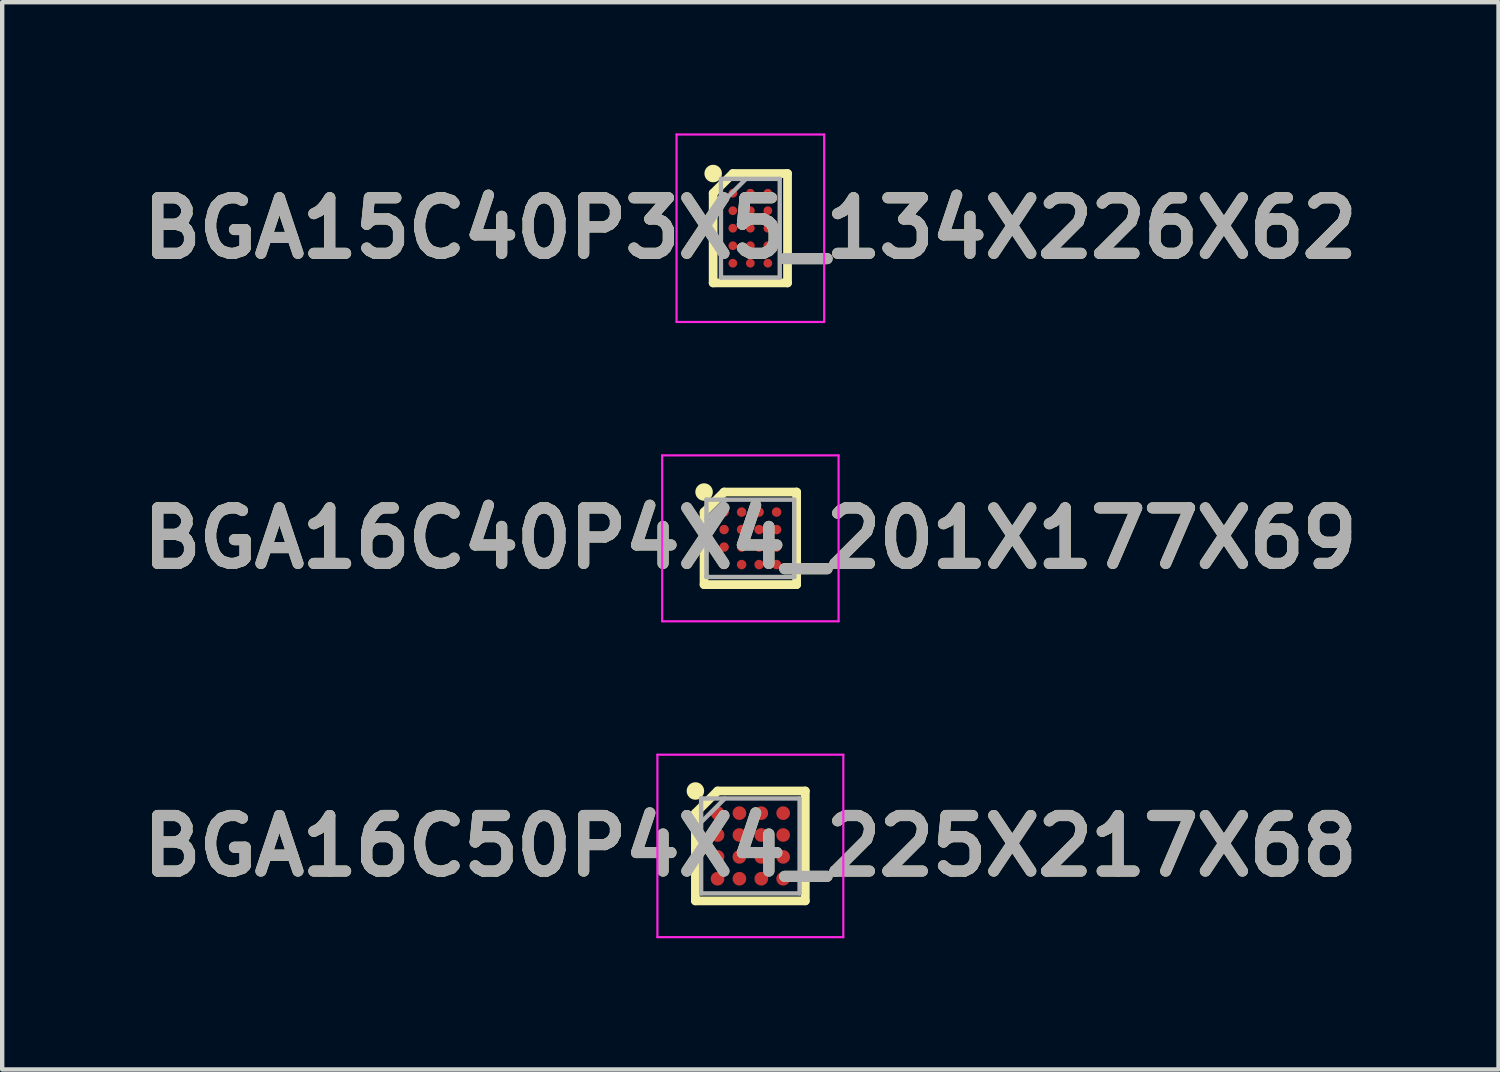
<source format=kicad_pcb>
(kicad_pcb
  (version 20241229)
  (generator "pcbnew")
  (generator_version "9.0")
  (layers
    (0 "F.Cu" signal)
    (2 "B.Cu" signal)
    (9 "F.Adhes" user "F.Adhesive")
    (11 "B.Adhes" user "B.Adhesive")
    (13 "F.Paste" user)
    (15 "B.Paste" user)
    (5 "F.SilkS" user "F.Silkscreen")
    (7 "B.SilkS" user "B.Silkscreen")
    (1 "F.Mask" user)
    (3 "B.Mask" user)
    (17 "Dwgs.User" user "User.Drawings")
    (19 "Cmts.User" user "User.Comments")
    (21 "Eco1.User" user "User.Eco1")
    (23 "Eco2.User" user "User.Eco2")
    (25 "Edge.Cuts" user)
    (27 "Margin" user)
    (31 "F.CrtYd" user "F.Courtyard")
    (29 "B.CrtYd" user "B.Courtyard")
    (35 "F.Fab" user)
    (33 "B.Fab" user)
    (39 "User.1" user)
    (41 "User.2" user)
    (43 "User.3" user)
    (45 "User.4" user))
  (footprint "BGA16C40P4X4_201X177X69"
    (layer "F.Cu")
    (at 14.103 9.256)
    (property "Reference" "BGA16C40P4X4_201X177X69" (at 0 0 0) (layer "F.SilkS") (effects (font (size 1.27 1.27) (thickness 0.254))))
    (attr smd)
    (fp_line (start -1.058 -0.6) (end -0.6 -1.058) (stroke (width 0.2) (type solid)) (layer "F.SilkS"))
    (fp_line (start -1.058 1.058) (end -1.058 -0.6) (stroke (width 0.2) (type solid)) (layer "F.SilkS"))
    (fp_line (start -0.6 -1.058) (end 1.058 -1.058) (stroke (width 0.2) (type solid)) (layer "F.SilkS"))
    (fp_line (start 1.058 -1.058) (end 1.058 1.058) (stroke (width 0.2) (type solid)) (layer "F.SilkS"))
    (fp_line (start 1.058 1.058) (end -1.058 1.058) (stroke (width 0.2) (type solid)) (layer "F.SilkS"))
    (fp_circle (center -1.058 -1.058) (end -1.058 -0.958) (stroke (width 0.2) (type solid)) (fill no) (layer "F.SilkS"))
    (fp_line (start -2.016 -1.896) (end 2.017 -1.896) (stroke (width 0.05) (type solid)) (layer "F.CrtYd"))
    (fp_line (start -2.016 1.897) (end -2.016 -1.896) (stroke (width 0.05) (type solid)) (layer "F.CrtYd"))
    (fp_line (start 2.017 -1.896) (end 2.017 1.897) (stroke (width 0.05) (type solid)) (layer "F.CrtYd"))
    (fp_line (start 2.017 1.897) (end -2.016 1.897) (stroke (width 0.05) (type solid)) (layer "F.CrtYd"))
    (fp_line (start -1.004 -0.884) (end 1.004 -0.884) (stroke (width 0.1) (type solid)) (layer "F.Fab"))
    (fp_line (start -1.004 -0.436) (end -0.556 -0.884) (stroke (width 0.1) (type solid)) (layer "F.Fab"))
    (fp_line (start -1.004 0.884) (end -1.004 -0.884) (stroke (width 0.1) (type solid)) (layer "F.Fab"))
    (fp_line (start 1.004 -0.884) (end 1.004 0.884) (stroke (width 0.1) (type solid)) (layer "F.Fab"))
    (fp_line (start 1.004 0.884) (end -1.004 0.884) (stroke (width 0.1) (type solid)) (layer "F.Fab"))
    (fp_text user "${REFERENCE}" (at 0 0 0) (layer "F.Fab") (effects (font (size 1.27 1.27) (thickness 0.254))))
    (pad "A1" smd circle (at -0.6 -0.6 90) (size 0.216 0.216) (layers "F.Cu" "F.Mask" "F.Paste"))
    (pad "A2" smd circle (at -0.2 -0.6 90) (size 0.216 0.216) (layers "F.Cu" "F.Mask" "F.Paste"))
    (pad "A3" smd circle (at 0.2 -0.6 90) (size 0.216 0.216) (layers "F.Cu" "F.Mask" "F.Paste"))
    (pad "A4" smd circle (at 0.6 -0.6 90) (size 0.216 0.216) (layers "F.Cu" "F.Mask" "F.Paste"))
    (pad "B1" smd circle (at -0.6 -0.2 90) (size 0.216 0.216) (layers "F.Cu" "F.Mask" "F.Paste"))
    (pad "B2" smd circle (at -0.2 -0.2 90) (size 0.216 0.216) (layers "F.Cu" "F.Mask" "F.Paste"))
    (pad "B3" smd circle (at 0.2 -0.2 90) (size 0.216 0.216) (layers "F.Cu" "F.Mask" "F.Paste"))
    (pad "B4" smd circle (at 0.6 -0.2 90) (size 0.216 0.216) (layers "F.Cu" "F.Mask" "F.Paste"))
    (pad "C1" smd circle (at -0.6 0.2 90) (size 0.216 0.216) (layers "F.Cu" "F.Mask" "F.Paste"))
    (pad "C2" smd circle (at -0.2 0.2 90) (size 0.216 0.216) (layers "F.Cu" "F.Mask" "F.Paste"))
    (pad "C3" smd circle (at 0.2 0.2 90) (size 0.216 0.216) (layers "F.Cu" "F.Mask" "F.Paste"))
    (pad "C4" smd circle (at 0.6 0.2 90) (size 0.216 0.216) (layers "F.Cu" "F.Mask" "F.Paste"))
    (pad "D1" smd circle (at -0.6 0.6 90) (size 0.216 0.216) (layers "F.Cu" "F.Mask" "F.Paste"))
    (pad "D2" smd circle (at -0.2 0.6 90) (size 0.216 0.216) (layers "F.Cu" "F.Mask" "F.Paste"))
    (pad "D3" smd circle (at 0.2 0.6 90) (size 0.216 0.216) (layers "F.Cu" "F.Mask" "F.Paste"))
    (pad "D4" smd circle (at 0.6 0.6 90) (size 0.216 0.216) (layers "F.Cu" "F.Mask" "F.Paste")))
  (footprint "BGA16C50P4X4_225X217X68"
    (layer "F.Cu")
    (at 14.103 16.288)
    (property "Reference" "BGA16C50P4X4_225X217X68" (at 0 0 0) (layer "F.SilkS") (effects (font (size 1.27 1.27) (thickness 0.254))))
    (attr smd)
    (fp_line (start -1.256 -0.75) (end -0.75 -1.256) (stroke (width 0.2) (type solid)) (layer "F.SilkS"))
    (fp_line (start -1.256 1.256) (end -1.256 -0.75) (stroke (width 0.2) (type solid)) (layer "F.SilkS"))
    (fp_line (start -0.75 -1.256) (end 1.256 -1.256) (stroke (width 0.2) (type solid)) (layer "F.SilkS"))
    (fp_line (start 1.256 -1.256) (end 1.256 1.256) (stroke (width 0.2) (type solid)) (layer "F.SilkS"))
    (fp_line (start 1.256 1.256) (end -1.256 1.256) (stroke (width 0.2) (type solid)) (layer "F.SilkS"))
    (fp_circle (center -1.256 -1.256) (end -1.256 -1.156) (stroke (width 0.2) (type solid)) (fill no) (layer "F.SilkS"))
    (fp_line (start -2.125 -2.085) (end 2.125 -2.085) (stroke (width 0.05) (type solid)) (layer "F.CrtYd"))
    (fp_line (start -2.125 2.085) (end -2.125 -2.085) (stroke (width 0.05) (type solid)) (layer "F.CrtYd"))
    (fp_line (start 2.125 -2.085) (end 2.125 2.085) (stroke (width 0.05) (type solid)) (layer "F.CrtYd"))
    (fp_line (start 2.125 2.085) (end -2.125 2.085) (stroke (width 0.05) (type solid)) (layer "F.CrtYd"))
    (fp_line (start -1.125 -1.085) (end 1.125 -1.085) (stroke (width 0.1) (type solid)) (layer "F.Fab"))
    (fp_line (start -1.125 -0.542) (end -0.583 -1.084) (stroke (width 0.1) (type solid)) (layer "F.Fab"))
    (fp_line (start -1.125 1.085) (end -1.125 -1.085) (stroke (width 0.1) (type solid)) (layer "F.Fab"))
    (fp_line (start 1.125 -1.085) (end 1.125 1.085) (stroke (width 0.1) (type solid)) (layer "F.Fab"))
    (fp_line (start 1.125 1.085) (end -1.125 1.085) (stroke (width 0.1) (type solid)) (layer "F.Fab"))
    (fp_text user "${REFERENCE}" (at 0 0 0) (layer "F.Fab") (effects (font (size 1.27 1.27) (thickness 0.254))))
    (pad "A1" smd circle (at -0.75 -0.75 90) (size 0.312 0.312) (layers "F.Cu" "F.Mask" "F.Paste"))
    (pad "A2" smd circle (at -0.25 -0.75 90) (size 0.312 0.312) (layers "F.Cu" "F.Mask" "F.Paste"))
    (pad "A3" smd circle (at 0.25 -0.75 90) (size 0.312 0.312) (layers "F.Cu" "F.Mask" "F.Paste"))
    (pad "A4" smd circle (at 0.75 -0.75 90) (size 0.312 0.312) (layers "F.Cu" "F.Mask" "F.Paste"))
    (pad "B1" smd circle (at -0.75 -0.25 90) (size 0.312 0.312) (layers "F.Cu" "F.Mask" "F.Paste"))
    (pad "B2" smd circle (at -0.25 -0.25 90) (size 0.312 0.312) (layers "F.Cu" "F.Mask" "F.Paste"))
    (pad "B3" smd circle (at 0.25 -0.25 90) (size 0.312 0.312) (layers "F.Cu" "F.Mask" "F.Paste"))
    (pad "B4" smd circle (at 0.75 -0.25 90) (size 0.312 0.312) (layers "F.Cu" "F.Mask" "F.Paste"))
    (pad "C1" smd circle (at -0.75 0.25 90) (size 0.312 0.312) (layers "F.Cu" "F.Mask" "F.Paste"))
    (pad "C2" smd circle (at -0.25 0.25 90) (size 0.312 0.312) (layers "F.Cu" "F.Mask" "F.Paste"))
    (pad "C3" smd circle (at 0.25 0.25 90) (size 0.312 0.312) (layers "F.Cu" "F.Mask" "F.Paste"))
    (pad "C4" smd circle (at 0.75 0.25 90) (size 0.312 0.312) (layers "F.Cu" "F.Mask" "F.Paste"))
    (pad "D1" smd circle (at -0.75 0.75 90) (size 0.312 0.312) (layers "F.Cu" "F.Mask" "F.Paste"))
    (pad "D2" smd circle (at -0.25 0.75 90) (size 0.312 0.312) (layers "F.Cu" "F.Mask" "F.Paste"))
    (pad "D3" smd circle (at 0.25 0.75 90) (size 0.312 0.312) (layers "F.Cu" "F.Mask" "F.Paste"))
    (pad "D4" smd circle (at 0.75 0.75 90) (size 0.312 0.312) (layers "F.Cu" "F.Mask" "F.Paste")))
  (footprint "BGA15C40P3X5_134X226X62"
    (layer "F.Cu")
    (at 14.103 2.167)
    (property "Reference" "BGA15C40P3X5_134X226X62" (at 0 0 0) (layer "F.SilkS") (effects (font (size 1.27 1.27) (thickness 0.254))))
    (attr smd)
    (fp_line (start -0.85 -0.8) (end -0.4 -1.25) (stroke (width 0.2) (type solid)) (layer "F.SilkS"))
    (fp_line (start -0.85 1.25) (end -0.85 -0.8) (stroke (width 0.2) (type solid)) (layer "F.SilkS"))
    (fp_line (start -0.4 -1.25) (end 0.85 -1.25) (stroke (width 0.2) (type solid)) (layer "F.SilkS"))
    (fp_line (start 0.85 -1.25) (end 0.85 1.25) (stroke (width 0.2) (type solid)) (layer "F.SilkS"))
    (fp_line (start 0.85 1.25) (end -0.85 1.25) (stroke (width 0.2) (type solid)) (layer "F.SilkS"))
    (fp_circle (center -0.85 -1.25) (end -0.85 -1.15) (stroke (width 0.2) (type solid)) (fill no) (layer "F.SilkS"))
    (fp_line (start -1.687 -2.142) (end 1.687 -2.142) (stroke (width 0.05) (type solid)) (layer "F.CrtYd"))
    (fp_line (start -1.687 2.143) (end -1.687 -2.142) (stroke (width 0.05) (type solid)) (layer "F.CrtYd"))
    (fp_line (start 1.687 -2.142) (end 1.687 2.143) (stroke (width 0.05) (type solid)) (layer "F.CrtYd"))
    (fp_line (start 1.687 2.143) (end -1.687 2.143) (stroke (width 0.05) (type solid)) (layer "F.CrtYd"))
    (fp_line (start -0.672 -1.128) (end 0.672 -1.128) (stroke (width 0.1) (type solid)) (layer "F.Fab"))
    (fp_line (start -0.672 -0.556) (end -0.101 -1.127) (stroke (width 0.1) (type solid)) (layer "F.Fab"))
    (fp_line (start -0.672 1.127) (end -0.672 -1.128) (stroke (width 0.1) (type solid)) (layer "F.Fab"))
    (fp_line (start 0.672 -1.128) (end 0.672 1.127) (stroke (width 0.1) (type solid)) (layer "F.Fab"))
    (fp_line (start 0.672 1.127) (end -0.672 1.127) (stroke (width 0.1) (type solid)) (layer "F.Fab"))
    (fp_text user "${REFERENCE}" (at 0 0 0) (layer "F.Fab") (effects (font (size 1.27 1.27) (thickness 0.254))))
    (pad "A1" smd circle (at -0.4 -0.8 90) (size 0.2 0.2) (layers "F.Cu" "F.Mask" "F.Paste"))
    (pad "A2" smd circle (at 0 -0.8 90) (size 0.2 0.2) (layers "F.Cu" "F.Mask" "F.Paste"))
    (pad "A3" smd circle (at 0.4 -0.8 90) (size 0.2 0.2) (layers "F.Cu" "F.Mask" "F.Paste"))
    (pad "B1" smd circle (at -0.4 -0.4 90) (size 0.2 0.2) (layers "F.Cu" "F.Mask" "F.Paste"))
    (pad "B2" smd circle (at 0 -0.4 90) (size 0.2 0.2) (layers "F.Cu" "F.Mask" "F.Paste"))
    (pad "B3" smd circle (at 0.4 -0.4 90) (size 0.2 0.2) (layers "F.Cu" "F.Mask" "F.Paste"))
    (pad "C1" smd circle (at -0.4 0 90) (size 0.2 0.2) (layers "F.Cu" "F.Mask" "F.Paste"))
    (pad "C2" smd circle (at 0 0 90) (size 0.2 0.2) (layers "F.Cu" "F.Mask" "F.Paste"))
    (pad "C3" smd circle (at 0.4 0 90) (size 0.2 0.2) (layers "F.Cu" "F.Mask" "F.Paste"))
    (pad "D1" smd circle (at -0.4 0.4 90) (size 0.2 0.2) (layers "F.Cu" "F.Mask" "F.Paste"))
    (pad "D2" smd circle (at 0 0.4 90) (size 0.2 0.2) (layers "F.Cu" "F.Mask" "F.Paste"))
    (pad "D3" smd circle (at 0.4 0.4 90) (size 0.2 0.2) (layers "F.Cu" "F.Mask" "F.Paste"))
    (pad "E1" smd circle (at -0.4 0.8 90) (size 0.2 0.2) (layers "F.Cu" "F.Mask" "F.Paste"))
    (pad "E2" smd circle (at 0 0.8 90) (size 0.2 0.2) (layers "F.Cu" "F.Mask" "F.Paste"))
    (pad "E3" smd circle (at 0.4 0.8 90) (size 0.2 0.2) (layers "F.Cu" "F.Mask" "F.Paste")))
  (gr_rect
    (start -3 -3)
    (end 31.206 21.398)
    (stroke (width 0.1) (type default))
    (fill no)
    (layer "Edge.Cuts")))
</source>
